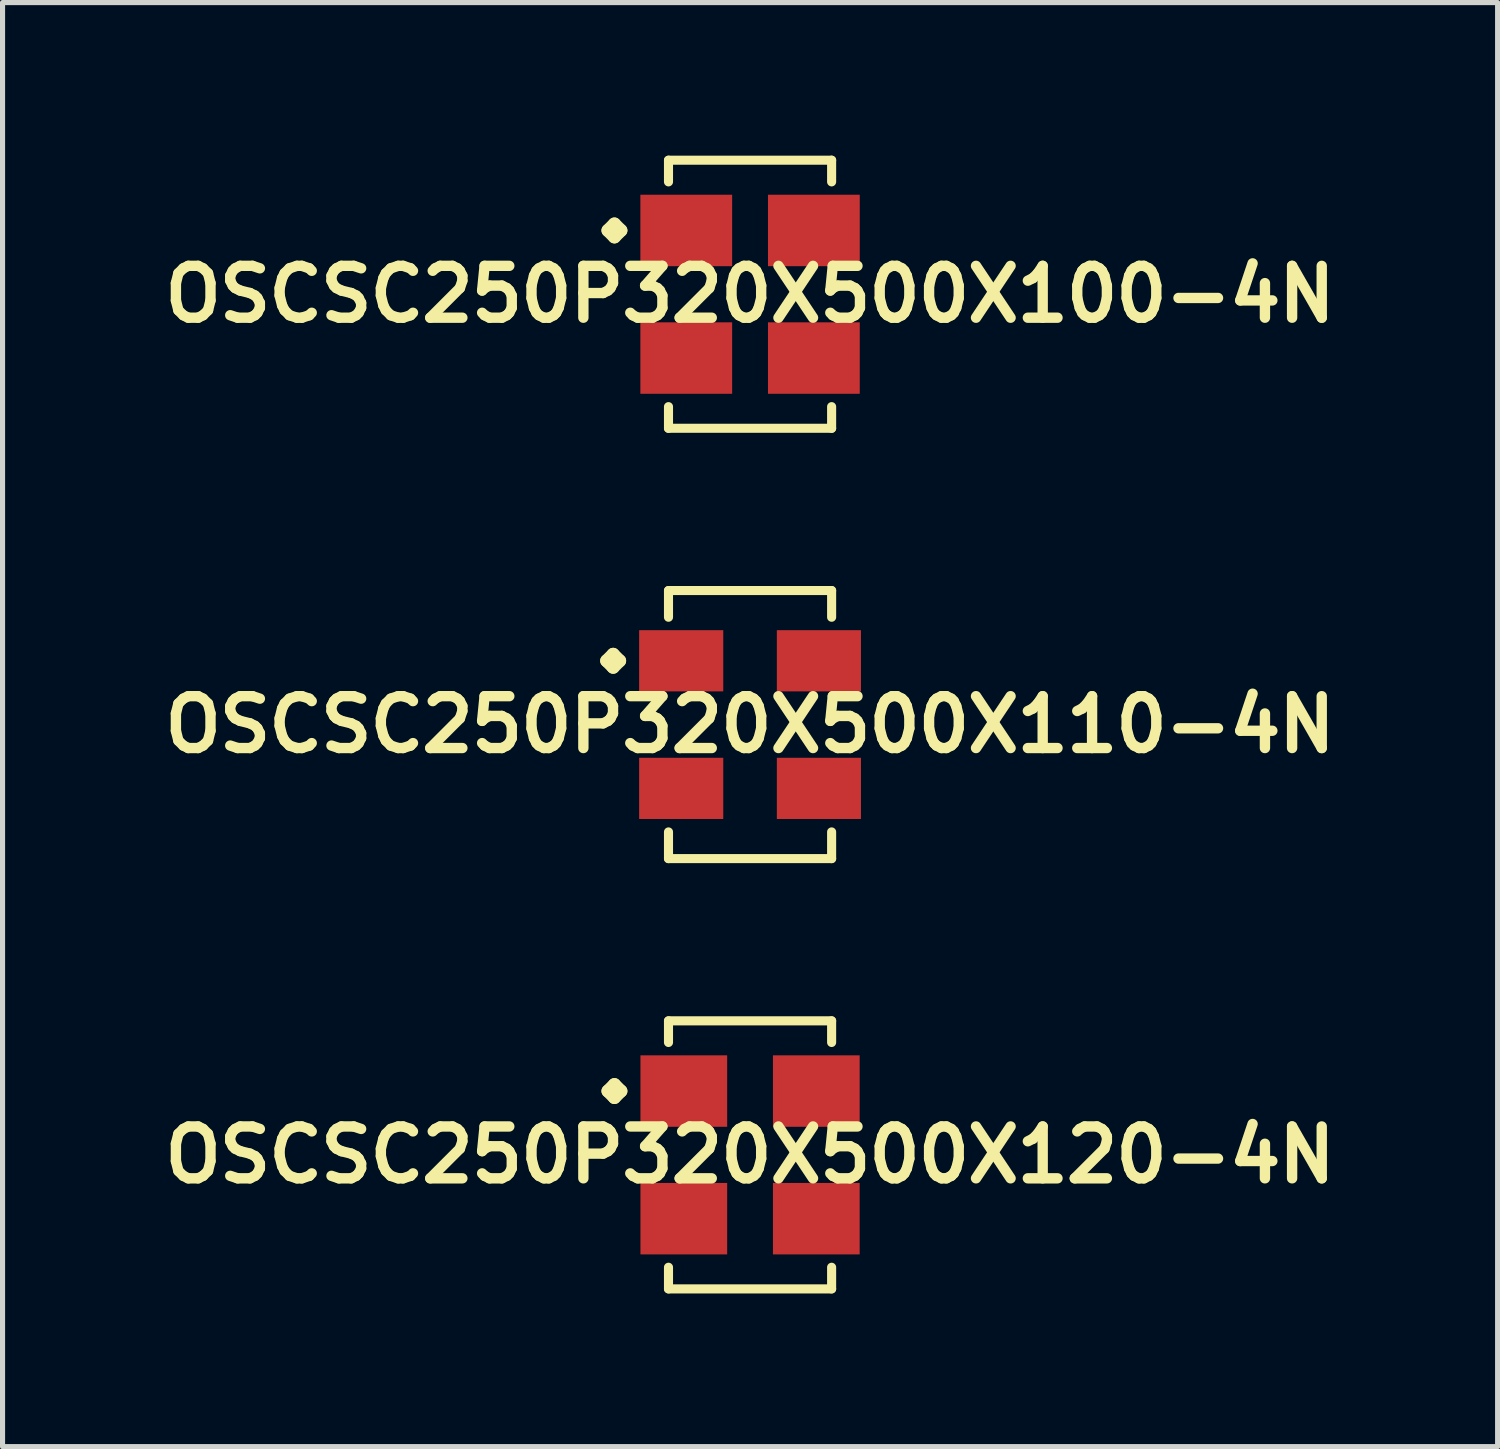
<source format=kicad_pcb>
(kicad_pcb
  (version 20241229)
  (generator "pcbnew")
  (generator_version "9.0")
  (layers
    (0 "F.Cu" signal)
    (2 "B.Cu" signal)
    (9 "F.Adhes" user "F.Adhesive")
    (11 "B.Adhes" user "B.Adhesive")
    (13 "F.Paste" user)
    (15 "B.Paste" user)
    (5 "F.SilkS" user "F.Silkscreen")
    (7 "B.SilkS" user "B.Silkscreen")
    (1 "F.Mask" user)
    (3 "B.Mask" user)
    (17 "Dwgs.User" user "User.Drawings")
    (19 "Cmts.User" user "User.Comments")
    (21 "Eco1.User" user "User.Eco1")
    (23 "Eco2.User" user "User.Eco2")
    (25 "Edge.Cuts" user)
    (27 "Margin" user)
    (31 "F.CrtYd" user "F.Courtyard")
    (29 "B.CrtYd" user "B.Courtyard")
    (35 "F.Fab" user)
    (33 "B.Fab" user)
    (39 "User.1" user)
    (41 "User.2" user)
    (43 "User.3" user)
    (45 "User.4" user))
  (footprint "OSCSC250P320X500X120-4N"
    (layer "F.Cu")
    (at 11.645 19.576)
    (property "Reference" "OSCSC250P320X500X120-4N" (at 0 0 0) (layer "F.SilkS") (effects (font (size 1.016 1.016) (thickness 0.203))))
    (attr smd)
    (fp_line (start -2.784 -1.25) (end -2.657 -1.377) (stroke (width 0.254) (type solid)) (layer "F.SilkS"))
    (fp_line (start -2.657 -1.377) (end -2.53 -1.25) (stroke (width 0.254) (type solid)) (layer "F.SilkS"))
    (fp_line (start -2.657 -1.123) (end -2.784 -1.25) (stroke (width 0.254) (type solid)) (layer "F.SilkS"))
    (fp_line (start -2.53 -1.25) (end -2.657 -1.123) (stroke (width 0.254) (type solid)) (layer "F.SilkS"))
    (fp_line (start -1.598 -2.626) (end 1.598 -2.626) (stroke (width 0.178) (type solid)) (layer "F.SilkS"))
    (fp_line (start -1.598 -2.202) (end -1.598 -2.626) (stroke (width 0.178) (type solid)) (layer "F.SilkS"))
    (fp_line (start -1.598 2.202) (end -1.598 2.626) (stroke (width 0.178) (type solid)) (layer "F.SilkS"))
    (fp_line (start -1.598 2.626) (end 1.598 2.626) (stroke (width 0.178) (type solid)) (layer "F.SilkS"))
    (fp_line (start 1.598 -2.626) (end 1.598 -2.202) (stroke (width 0.178) (type solid)) (layer "F.SilkS"))
    (fp_line (start 1.598 2.626) (end 1.598 2.202) (stroke (width 0.178) (type solid)) (layer "F.SilkS"))
    (pad "1" smd rect (at -1.298 -1.25) (size 1.699 1.4) (layers "F.Cu" "F.Mask" "F.Paste"))
    (pad "2" smd rect (at -1.298 1.25) (size 1.699 1.4) (layers "F.Cu" "F.Mask" "F.Paste"))
    (pad "3" smd rect (at 1.298 1.25) (size 1.699 1.4) (layers "F.Cu" "F.Mask" "F.Paste"))
    (pad "4" smd rect (at 1.298 -1.25) (size 1.699 1.4) (layers "F.Cu" "F.Mask" "F.Paste")))
  (footprint "OSCSC250P320X500X100-4N"
    (layer "F.Cu")
    (at 11.645 2.715)
    (property "Reference" "OSCSC250P320X500X100-4N" (at 0 0 0) (layer "F.SilkS") (effects (font (size 1.016 1.016) (thickness 0.203))))
    (attr smd)
    (fp_line (start -2.784 -1.25) (end -2.657 -1.377) (stroke (width 0.254) (type solid)) (layer "F.SilkS"))
    (fp_line (start -2.657 -1.377) (end -2.53 -1.25) (stroke (width 0.254) (type solid)) (layer "F.SilkS"))
    (fp_line (start -2.657 -1.123) (end -2.784 -1.25) (stroke (width 0.254) (type solid)) (layer "F.SilkS"))
    (fp_line (start -2.53 -1.25) (end -2.657 -1.123) (stroke (width 0.254) (type solid)) (layer "F.SilkS"))
    (fp_line (start -1.598 -2.626) (end 1.598 -2.626) (stroke (width 0.178) (type solid)) (layer "F.SilkS"))
    (fp_line (start -1.598 -2.202) (end -1.598 -2.626) (stroke (width 0.178) (type solid)) (layer "F.SilkS"))
    (fp_line (start -1.598 2.202) (end -1.598 2.626) (stroke (width 0.178) (type solid)) (layer "F.SilkS"))
    (fp_line (start -1.598 2.626) (end 1.598 2.626) (stroke (width 0.178) (type solid)) (layer "F.SilkS"))
    (fp_line (start 1.598 -2.626) (end 1.598 -2.202) (stroke (width 0.178) (type solid)) (layer "F.SilkS"))
    (fp_line (start 1.598 2.626) (end 1.598 2.202) (stroke (width 0.178) (type solid)) (layer "F.SilkS"))
    (pad "1" smd rect (at -1.25 -1.25) (size 1.798 1.4) (layers "F.Cu" "F.Mask" "F.Paste"))
    (pad "2" smd rect (at -1.25 1.25) (size 1.798 1.4) (layers "F.Cu" "F.Mask" "F.Paste"))
    (pad "3" smd rect (at 1.25 1.25) (size 1.798 1.4) (layers "F.Cu" "F.Mask" "F.Paste"))
    (pad "4" smd rect (at 1.25 -1.25) (size 1.798 1.4) (layers "F.Cu" "F.Mask" "F.Paste")))
  (footprint "OSCSC250P320X500X110-4N"
    (layer "F.Cu")
    (at 11.645 11.146)
    (property "Reference" "OSCSC250P320X500X110-4N" (at 0 0 0) (layer "F.SilkS") (effects (font (size 1.016 1.016) (thickness 0.203))))
    (attr smd)
    (fp_line (start -2.809 -1.25) (end -2.682 -1.377) (stroke (width 0.254) (type solid)) (layer "F.SilkS"))
    (fp_line (start -2.682 -1.377) (end -2.555 -1.25) (stroke (width 0.254) (type solid)) (layer "F.SilkS"))
    (fp_line (start -2.682 -1.123) (end -2.809 -1.25) (stroke (width 0.254) (type solid)) (layer "F.SilkS"))
    (fp_line (start -2.555 -1.25) (end -2.682 -1.123) (stroke (width 0.254) (type solid)) (layer "F.SilkS"))
    (fp_line (start -1.598 -2.626) (end 1.598 -2.626) (stroke (width 0.178) (type solid)) (layer "F.SilkS"))
    (fp_line (start -1.598 -2.103) (end -1.598 -2.626) (stroke (width 0.178) (type solid)) (layer "F.SilkS"))
    (fp_line (start -1.598 2.103) (end -1.598 2.626) (stroke (width 0.178) (type solid)) (layer "F.SilkS"))
    (fp_line (start -1.598 2.626) (end 1.598 2.626) (stroke (width 0.178) (type solid)) (layer "F.SilkS"))
    (fp_line (start 1.598 -2.626) (end 1.598 -2.103) (stroke (width 0.178) (type solid)) (layer "F.SilkS"))
    (fp_line (start 1.598 2.626) (end 1.598 2.103) (stroke (width 0.178) (type solid)) (layer "F.SilkS"))
    (pad "1" smd rect (at -1.349 -1.25) (size 1.648 1.199) (layers "F.Cu" "F.Mask" "F.Paste"))
    (pad "2" smd rect (at -1.349 1.25) (size 1.648 1.199) (layers "F.Cu" "F.Mask" "F.Paste"))
    (pad "3" smd rect (at 1.349 1.25) (size 1.648 1.199) (layers "F.Cu" "F.Mask" "F.Paste"))
    (pad "4" smd rect (at 1.349 -1.25) (size 1.648 1.199) (layers "F.Cu" "F.Mask" "F.Paste")))
  (gr_rect
    (start -3 -3)
    (end 26.291 25.292)
    (stroke (width 0.1) (type default))
    (fill no)
    (layer "Edge.Cuts")))
</source>
